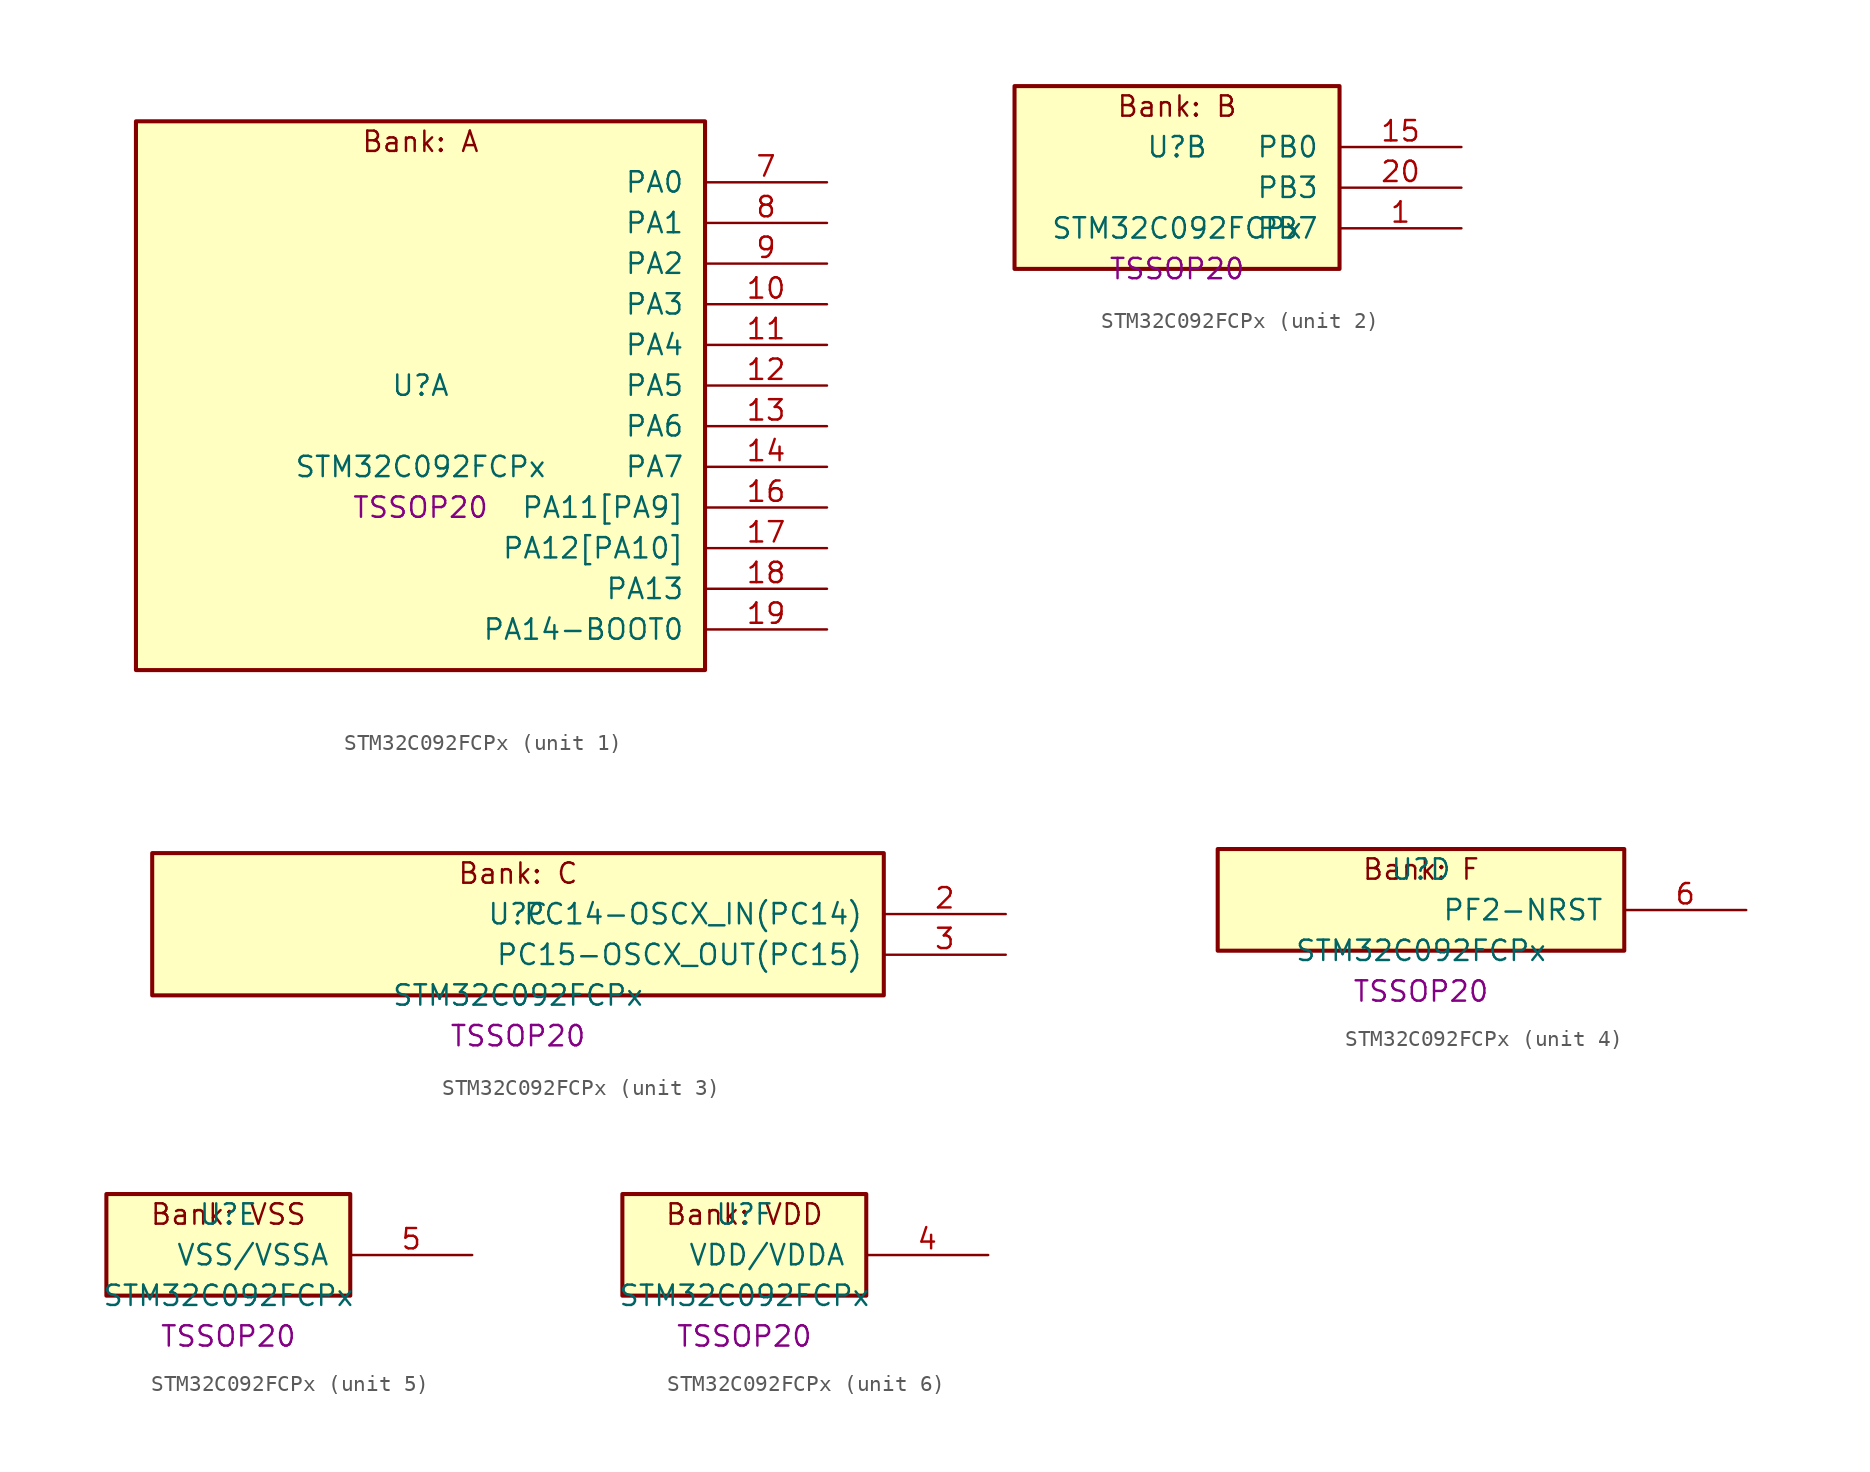
<source format=kicad_sym>
(kicad_symbol_lib
  (version 20241209)
  (generator "stm32_pkl_generator")
  (generator_version "1.0")
  (symbol "STM32C092FCPx"
    (pin_names
      (offset 1.27))
    (property "Reference" "U"
      (at 0 2.54 0))
    (property "Value" "STM32C092FCPx"
      (at 0 -2.54 0))
    (property "Footprint" "TSSOP20"
      (at 0 -5.08 0))
    (symbol "STM32C092FCPx_1_1"
      (rectangle (start -17.78 19.05) (end 17.78 -15.24) (stroke (width 0.254) (type solid)) (fill (type background)))
      (text "Bank: A" (at 0 17.78 0))
      (pin bidirectional line (at 25.4 15.24 180) (length 7.62) (name "PA0") (number "7") (alternate "PA0/ADC1_IN0" bidirectional line) (alternate "PA0/PWR_WKUP1" bidirectional line) (alternate "PA0/SPI2_SCK" bidirectional line) (alternate "PA0/TIM16_CH1" bidirectional line) (alternate "PA0/TIM1_CH1" bidirectional line) (alternate "PA0/TIM2_CH1" bidirectional line) (alternate "PA0/TIM2_ETR" bidirectional line) (alternate "PA0/USART1_TX" bidirectional line) (alternate "PA0/USART2_CTS" bidirectional line) (alternate "PA0/USART2_NSS" bidirectional line) (alternate "PA0/USART4_TX" bidirectional line))
      (pin bidirectional line (at 25.4 12.7 180) (length 7.62) (name "PA1") (number "8") (alternate "PA1/ADC1_IN1" bidirectional line) (alternate "PA1/I2C1_SMBA" bidirectional line) (alternate "PA1/I2S1_CK" bidirectional line) (alternate "PA1/SPI1_SCK" bidirectional line) (alternate "PA1/TIM15_CH1N" bidirectional line) (alternate "PA1/TIM17_CH1" bidirectional line) (alternate "PA1/TIM1_CH2" bidirectional line) (alternate "PA1/TIM2_CH2" bidirectional line) (alternate "PA1/USART1_RX" bidirectional line) (alternate "PA1/USART2_CK" bidirectional line) (alternate "PA1/USART2_DE" bidirectional line) (alternate "PA1/USART2_RTS" bidirectional line) (alternate "PA1/USART4_RX" bidirectional line))
      (pin bidirectional line (at 25.4 10.16 180) (length 7.62) (name "PA2") (number "9") (alternate "PA2/ADC1_IN2" bidirectional line) (alternate "PA2/I2S1_SD" bidirectional line) (alternate "PA2/PWR_WKUP4" bidirectional line) (alternate "PA2/RCC_LSCO" bidirectional line) (alternate "PA2/SPI1_MOSI" bidirectional line) (alternate "PA2/TIM15_CH1" bidirectional line) (alternate "PA2/TIM16_CH1N" bidirectional line) (alternate "PA2/TIM1_CH3" bidirectional line) (alternate "PA2/TIM2_CH3" bidirectional line) (alternate "PA2/TIM3_ETR" bidirectional line) (alternate "PA2/USART2_TX" bidirectional line))
      (pin bidirectional line (at 25.4 7.62 180) (length 7.62) (name "PA3") (number "10") (alternate "PA3/ADC1_IN3" bidirectional line) (alternate "PA3/SPI2_MISO" bidirectional line) (alternate "PA3/TIM15_CH2" bidirectional line) (alternate "PA3/TIM1_CH1N" bidirectional line) (alternate "PA3/TIM1_CH4" bidirectional line) (alternate "PA3/TIM2_CH4" bidirectional line) (alternate "PA3/USART2_RX" bidirectional line))
      (pin bidirectional line (at 25.4 5.08 180) (length 7.62) (name "PA4") (number "11") (alternate "PA4/ADC1_IN4" bidirectional line) (alternate "PA4/I2S1_WS" bidirectional line) (alternate "PA4/PWR_WKUP2" bidirectional line) (alternate "PA4/RTC_OUT1" bidirectional line) (alternate "PA4/RTC_TS" bidirectional line) (alternate "PA4/SPI1_NSS" bidirectional line) (alternate "PA4/SPI2_MOSI" bidirectional line) (alternate "PA4/TIM14_CH1" bidirectional line) (alternate "PA4/TIM17_CH1N" bidirectional line) (alternate "PA4/TIM1_CH2N" bidirectional line) (alternate "PA4/USART2_TX" bidirectional line))
      (pin bidirectional line (at 25.4 2.54 180) (length 7.62) (name "PA5") (number "12") (alternate "PA5/ADC1_IN5" bidirectional line) (alternate "PA5/I2S1_CK" bidirectional line) (alternate "PA5/SPI1_SCK" bidirectional line) (alternate "PA5/TIM1_CH1" bidirectional line) (alternate "PA5/TIM1_CH3N" bidirectional line) (alternate "PA5/TIM2_CH1" bidirectional line) (alternate "PA5/TIM2_ETR" bidirectional line) (alternate "PA5/USART2_RX" bidirectional line) (alternate "PA5/USART3_TX" bidirectional line))
      (pin bidirectional line (at 25.4 0 180) (length 7.62) (name "PA6") (number "13") (alternate "PA6/ADC1_IN6" bidirectional line) (alternate "PA6/I2C2_SDA" bidirectional line) (alternate "PA6/I2S1_MCK" bidirectional line) (alternate "PA6/SPI1_MISO" bidirectional line) (alternate "PA6/TIM16_CH1" bidirectional line) (alternate "PA6/TIM1_BKIN" bidirectional line) (alternate "PA6/TIM3_CH1" bidirectional line) (alternate "PA6/USART3_CTS" bidirectional line) (alternate "PA6/USART3_NSS" bidirectional line))
      (pin bidirectional line (at 25.4 -2.54 180) (length 7.62) (name "PA7") (number "14") (alternate "PA7/ADC1_IN7" bidirectional line) (alternate "PA7/I2C2_SCL" bidirectional line) (alternate "PA7/I2S1_SD" bidirectional line) (alternate "PA7/SPI1_MOSI" bidirectional line) (alternate "PA7/TIM14_CH1" bidirectional line) (alternate "PA7/TIM17_CH1" bidirectional line) (alternate "PA7/TIM1_CH1N" bidirectional line) (alternate "PA7/TIM3_CH2" bidirectional line))
      (pin bidirectional line (at 25.4 -5.08 180) (length 7.62) (name "PA11[PA9]") (number "16") (alternate "PA11[PA9]/ADC1_EXTI11" bidirectional line) (alternate "PA11[PA9]/FDCAN1_RX" bidirectional line) (alternate "PA11[PA9]/I2C2_SCL" bidirectional line) (alternate "PA11[PA9]/I2S1_MCK" bidirectional line) (alternate "PA11[PA9]/SPI1_MISO" bidirectional line) (alternate "PA11[PA9]/TIM1_BKIN2" bidirectional line) (alternate "PA11[PA9]/TIM1_CH4" bidirectional line) (alternate "PA11[PA9]/USART1_CTS" bidirectional line) (alternate "PA11[PA9]/USART1_NSS" bidirectional line) (alternate "PA11[PA9]/PA9[PA11]" bidirectional line) (alternate "PA11[PA9]/I2C1_SCL" bidirectional line) (alternate "PA11[PA9]/RCC_MCO" bidirectional line) (alternate "PA11[PA9]/SPI2_MISO" bidirectional line) (alternate "PA11[PA9]/TIM15_BKIN" bidirectional line) (alternate "PA11[PA9]/TIM1_CH2" bidirectional line) (alternate "PA11[PA9]/TIM3_ETR" bidirectional line) (alternate "PA11[PA9]/USART1_TX" bidirectional line))
      (pin bidirectional line (at 25.4 -7.62 180) (length 7.62) (name "PA12[PA10]") (number "17") (alternate "PA12[PA10]/FDCAN1_TX" bidirectional line) (alternate "PA12[PA10]/I2C2_SDA" bidirectional line) (alternate "PA12[PA10]/I2S1_SD" bidirectional line) (alternate "PA12[PA10]/I2S_CKIN" bidirectional line) (alternate "PA12[PA10]/SPI1_MOSI" bidirectional line) (alternate "PA12[PA10]/TIM1_ETR" bidirectional line) (alternate "PA12[PA10]/USART1_CK" bidirectional line) (alternate "PA12[PA10]/USART1_DE" bidirectional line) (alternate "PA12[PA10]/USART1_RTS" bidirectional line) (alternate "PA12[PA10]/PA10[PA12]" bidirectional line) (alternate "PA12[PA10]/I2C1_SDA" bidirectional line) (alternate "PA12[PA10]/RCC_MCO_2" bidirectional line) (alternate "PA12[PA10]/SPI2_MOSI" bidirectional line) (alternate "PA12[PA10]/TIM17_BKIN" bidirectional line) (alternate "PA12[PA10]/TIM1_CH3" bidirectional line) (alternate "PA12[PA10]/USART1_RX" bidirectional line))
      (pin bidirectional line (at 25.4 -10.16 180) (length 7.62) (name "PA13") (number "18") (alternate "PA13/ADC1_IN13" bidirectional line) (alternate "PA13/DEBUG_SWDIO" bidirectional line) (alternate "PA13/IR_OUT" bidirectional line) (alternate "PA13/TIM3_ETR" bidirectional line) (alternate "PA13/USART2_RX" bidirectional line))
      (pin bidirectional line (at 25.4 -12.7 180) (length 7.62) (name "PA14-BOOT0") (number "19") (alternate "PA14-BOOT0/ADC1_IN14" bidirectional line) (alternate "PA14-BOOT0/BOOT0" bidirectional line) (alternate "PA14-BOOT0/DEBUG_SWCLK" bidirectional line) (alternate "PA14-BOOT0/I2S1_WS" bidirectional line) (alternate "PA14-BOOT0/RCC_MCO_2" bidirectional line) (alternate "PA14-BOOT0/SPI1_NSS" bidirectional line) (alternate "PA14-BOOT0/TIM1_CH1" bidirectional line) (alternate "PA14-BOOT0/USART1_CK" bidirectional line) (alternate "PA14-BOOT0/USART1_DE" bidirectional line) (alternate "PA14-BOOT0/USART1_RTS" bidirectional line) (alternate "PA14-BOOT0/USART2_RX" bidirectional line) (alternate "PA14-BOOT0/USART2_TX" bidirectional line) (alternate "PA14-BOOT0/PA15" bidirectional line) (alternate "PA14-BOOT0/TIM2_CH1" bidirectional line) (alternate "PA14-BOOT0/TIM2_ETR" bidirectional line) (alternate "PA14-BOOT0/USART3_CK" bidirectional line) (alternate "PA14-BOOT0/USART3_DE" bidirectional line) (alternate "PA14-BOOT0/USART3_RTS" bidirectional line) (alternate "PA14-BOOT0/USART4_CK" bidirectional line) (alternate "PA14-BOOT0/USART4_DE" bidirectional line) (alternate "PA14-BOOT0/USART4_RTS" bidirectional line)))
    (symbol "STM32C092FCPx_2_1"
      (rectangle (start -10.16 6.35) (end 10.16 -5.08) (stroke (width 0.254) (type solid)) (fill (type background)))
      (text "Bank: B" (at 0 5.08 0))
      (pin bidirectional line (at 17.78 2.54 180) (length 7.62) (name "PB0") (number "15") (alternate "PB0/ADC1_IN17" bidirectional line) (alternate "PB0/FDCAN1_RX" bidirectional line) (alternate "PB0/I2S1_WS" bidirectional line) (alternate "PB0/SPI1_NSS" bidirectional line) (alternate "PB0/TIM1_CH2N" bidirectional line) (alternate "PB0/TIM3_CH3" bidirectional line) (alternate "PB0/USART3_RX" bidirectional line) (alternate "PB0/PB1" bidirectional line) (alternate "PB0/ADC1_IN18" bidirectional line) (alternate "PB0/FDCAN1_TX" bidirectional line) (alternate "PB0/TIM14_CH1" bidirectional line) (alternate "PB0/TIM1_CH3N" bidirectional line) (alternate "PB0/TIM3_CH4" bidirectional line) (alternate "PB0/USART3_CK" bidirectional line) (alternate "PB0/USART3_DE" bidirectional line) (alternate "PB0/USART3_RTS" bidirectional line) (alternate "PB0/PB2" bidirectional line) (alternate "PB0/ADC1_IN19" bidirectional line) (alternate "PB0/RCC_MCO_2" bidirectional line) (alternate "PB0/SPI2_MISO" bidirectional line) (alternate "PB0/USART1_RX" bidirectional line) (alternate "PB0/USART3_TX" bidirectional line) (alternate "PB0/PA8" bidirectional line) (alternate "PB0/ADC1_IN8" bidirectional line) (alternate "PB0/RCC_MCO" bidirectional line) (alternate "PB0/SPI2_NSS" bidirectional line) (alternate "PB0/TIM1_CH1" bidirectional line) (alternate "PB0/USART2_TX" bidirectional line))
      (pin bidirectional line (at 17.78 0 180) (length 7.62) (name "PB3") (number "20") (alternate "PB3/I2C2_SCL" bidirectional line) (alternate "PB3/I2S1_CK" bidirectional line) (alternate "PB3/SPI1_SCK" bidirectional line) (alternate "PB3/TIM1_CH2" bidirectional line) (alternate "PB3/TIM2_CH2" bidirectional line) (alternate "PB3/TIM3_CH2" bidirectional line) (alternate "PB3/USART1_CK" bidirectional line) (alternate "PB3/USART1_DE" bidirectional line) (alternate "PB3/USART1_RTS" bidirectional line) (alternate "PB3/PB4" bidirectional line) (alternate "PB3/I2C2_SDA" bidirectional line) (alternate "PB3/I2S1_MCK" bidirectional line) (alternate "PB3/SPI1_MISO" bidirectional line) (alternate "PB3/TIM17_BKIN" bidirectional line) (alternate "PB3/TIM3_CH1" bidirectional line) (alternate "PB3/USART1_CTS" bidirectional line) (alternate "PB3/USART1_NSS" bidirectional line) (alternate "PB3/PB5" bidirectional line) (alternate "PB3/FDCAN1_RX" bidirectional line) (alternate "PB3/I2C1_SMBA" bidirectional line) (alternate "PB3/I2S1_SD" bidirectional line) (alternate "PB3/PWR_WKUP6" bidirectional line) (alternate "PB3/SPI1_MOSI" bidirectional line) (alternate "PB3/TIM16_BKIN" bidirectional line) (alternate "PB3/TIM3_CH3" bidirectional line) (alternate "PB3/PB6" bidirectional line) (alternate "PB3/FDCAN1_TX" bidirectional line) (alternate "PB3/I2C1_SCL" bidirectional line) (alternate "PB3/PWR_WKUP3" bidirectional line) (alternate "PB3/SPI2_MISO" bidirectional line) (alternate "PB3/TIM16_CH1N" bidirectional line) (alternate "PB3/TIM1_CH3" bidirectional line) (alternate "PB3/USART1_TX" bidirectional line))
      (pin bidirectional line (at 17.78 -2.54 180) (length 7.62) (name "PB7") (number "1") (alternate "PB7/I2C1_SCL" bidirectional line) (alternate "PB7/I2C1_SDA" bidirectional line) (alternate "PB7/RTC_REFIN" bidirectional line) (alternate "PB7/SPI2_MOSI" bidirectional line) (alternate "PB7/TIM16_CH1" bidirectional line) (alternate "PB7/TIM17_CH1N" bidirectional line) (alternate "PB7/TIM1_CH4" bidirectional line) (alternate "PB7/TIM3_CH1" bidirectional line) (alternate "PB7/TIM3_CH4" bidirectional line) (alternate "PB7/USART1_RX" bidirectional line) (alternate "PB7/USART2_CTS" bidirectional line) (alternate "PB7/USART2_NSS" bidirectional line) (alternate "PB7/USART4_CTS" bidirectional line) (alternate "PB7/USART4_NSS" bidirectional line) (alternate "PB7/PB8" bidirectional line) (alternate "PB7/FDCAN1_RX" bidirectional line) (alternate "PB7/SPI2_SCK" bidirectional line) (alternate "PB7/TIM15_BKIN" bidirectional line) (alternate "PB7/USART3_TX" bidirectional line)))
    (symbol "STM32C092FCPx_3_1"
      (rectangle (start -22.86 6.35) (end 22.86 -2.54) (stroke (width 0.254) (type solid)) (fill (type background)))
      (text "Bank: C" (at 0 5.08 0))
      (pin bidirectional line (at 30.48 2.54 180) (length 7.62) (name "PC14-OSCX_IN(PC14)") (number "2") (alternate "PC14-OSCX_IN(PC14)/FDCAN1_TX" bidirectional line) (alternate "PC14-OSCX_IN(PC14)/I2C1_SDA" bidirectional line) (alternate "PC14-OSCX_IN(PC14)/IR_OUT" bidirectional line) (alternate "PC14-OSCX_IN(PC14)/RCC_OSCX_IN" bidirectional line) (alternate "PC14-OSCX_IN(PC14)/SPI2_NSS" bidirectional line) (alternate "PC14-OSCX_IN(PC14)/TIM17_CH1" bidirectional line) (alternate "PC14-OSCX_IN(PC14)/TIM1_BKIN2" bidirectional line) (alternate "PC14-OSCX_IN(PC14)/TIM1_ETR" bidirectional line) (alternate "PC14-OSCX_IN(PC14)/TIM3_CH2" bidirectional line) (alternate "PC14-OSCX_IN(PC14)/USART1_TX" bidirectional line) (alternate "PC14-OSCX_IN(PC14)/USART2_CK" bidirectional line) (alternate "PC14-OSCX_IN(PC14)/USART2_DE" bidirectional line) (alternate "PC14-OSCX_IN(PC14)/USART2_RTS" bidirectional line) (alternate "PC14-OSCX_IN(PC14)/USART3_TX" bidirectional line))
      (pin bidirectional line (at 30.48 0 180) (length 7.62) (name "PC15-OSCX_OUT(PC15)") (number "3") (alternate "PC15-OSCX_OUT(PC15)/RCC_OSC32_EN" bidirectional line) (alternate "PC15-OSCX_OUT(PC15)/RCC_OSCX_OUT" bidirectional line) (alternate "PC15-OSCX_OUT(PC15)/RCC_OSC_EN" bidirectional line) (alternate "PC15-OSCX_OUT(PC15)/TIM15_BKIN" bidirectional line) (alternate "PC15-OSCX_OUT(PC15)/TIM1_ETR" bidirectional line) (alternate "PC15-OSCX_OUT(PC15)/TIM3_CH3" bidirectional line)))
    (symbol "STM32C092FCPx_4_1"
      (rectangle (start -12.7 3.81) (end 12.7 -2.54) (stroke (width 0.254) (type solid)) (fill (type background)))
      (text "Bank: F" (at 0 2.54 0))
      (pin bidirectional line (at 20.32 0 180) (length 7.62) (name "PF2-NRST") (number "6") (alternate "PF2-NRST/RCC_MCO" bidirectional line) (alternate "PF2-NRST/TIM1_CH4" bidirectional line)))
    (symbol "STM32C092FCPx_5_1"
      (rectangle (start -7.62 3.81) (end 7.62 -2.54) (stroke (width 0.254) (type solid)) (fill (type background)))
      (text "Bank: VSS" (at 0 2.54 0))
      (pin power_in line (at 15.24 0 180) (length 7.62) (name "VSS/VSSA") (number "5")))
    (symbol "STM32C092FCPx_6_1"
      (rectangle (start -7.62 3.81) (end 7.62 -2.54) (stroke (width 0.254) (type solid)) (fill (type background)))
      (text "Bank: VDD" (at 0 2.54 0))
      (pin power_in line (at 15.24 0 180) (length 7.62) (name "VDD/VDDA") (number "4")))))
</source>
